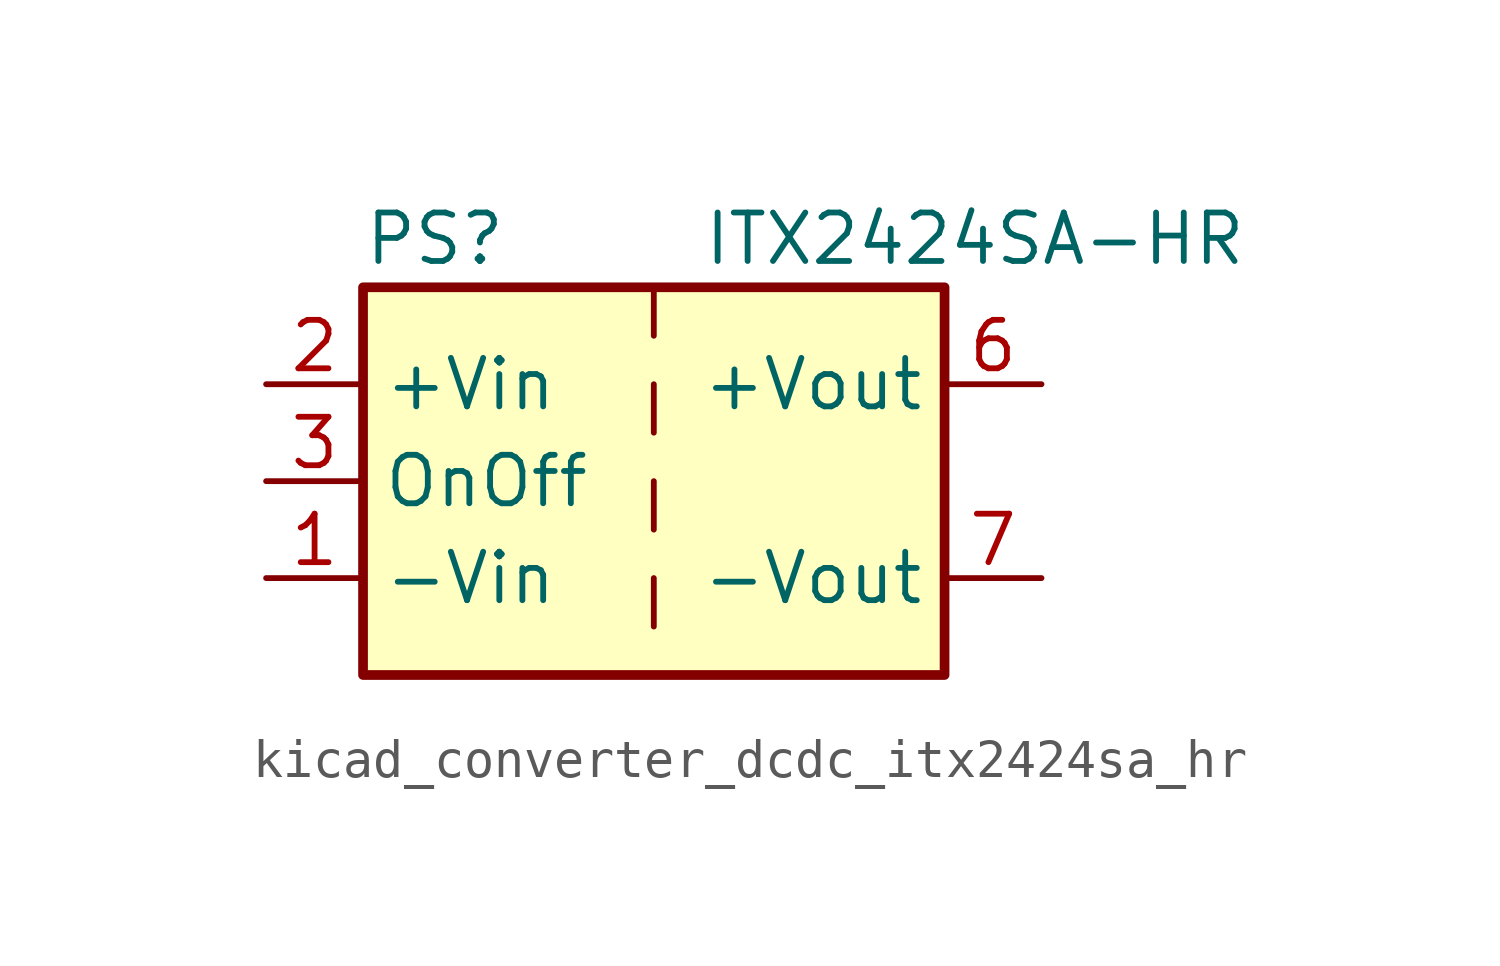
<source format=kicad_sym>
(kicad_symbol_lib
  (version 20220914)
  (generator kicad_symbol_editor)
  (symbol "kicad_converter_dcdc_itx2424sa_hr"
    (property "Reference" "PS"
      (at -7.62 6.35 0)
      (effects (font (size 1.27 1.27)) (justify left)))
    (property "Value" "ITX2424SA-HR"
      (at 1.27 6.35 0)
      (effects (font (size 1.27 1.27)) (justify left)))
    (symbol "kicad_converter_dcdc_itx2424sa_hr_0_0"
      (pin power_in line (at -10.16 -2.54 0) (length 2.54) (name "-Vin" (effects (font (size 1.27 1.27)))) (number "1" (effects (font (size 1.27 1.27)))))
      (pin power_in line (at -10.16 2.54 0) (length 2.54) (name "+Vin" (effects (font (size 1.27 1.27)))) (number "2" (effects (font (size 1.27 1.27)))))
      (pin input line (at -10.16 0 0) (length 2.54) (name "OnOff" (effects (font (size 1.27 1.27)))) (number "3" (effects (font (size 1.27 1.27)))))
      (pin no_connect line (at 0 5.08 270) (length 2.54) hide (name "NC" (effects (font (size 1.27 1.27)))) (number "5" (effects (font (size 1.27 1.27)))))
      (pin power_out line (at 10.16 2.54 180) (length 2.54) (name "+Vout" (effects (font (size 1.27 1.27)))) (number "6" (effects (font (size 1.27 1.27)))))
      (pin power_out line (at 10.16 -2.54 180) (length 2.54) (name "-Vout" (effects (font (size 1.27 1.27)))) (number "7" (effects (font (size 1.27 1.27)))))
      (pin no_connect line (at 7.62 0 180) (length 2.54) hide (name "NC" (effects (font (size 1.27 1.27)))) (number "8" (effects (font (size 1.27 1.27))))))
    (symbol "kicad_converter_dcdc_itx2424sa_hr_0_1"
      (rectangle (start -7.62 5.08) (end 7.62 -5.08) (stroke (width 0.254) (type default)) (fill (type background)))
      (polyline (pts (xy 0 -2.54) (xy 0 -3.81)) (stroke (width 0) (type default)) (fill (type none)))
      (polyline (pts (xy 0 0) (xy 0 -1.27)) (stroke (width 0) (type default)) (fill (type none)))
      (polyline (pts (xy 0 2.54) (xy 0 1.27)) (stroke (width 0) (type default)) (fill (type none)))
      (polyline (pts (xy 0 5.08) (xy 0 3.81)) (stroke (width 0) (type default)) (fill (type none))))))
</source>
